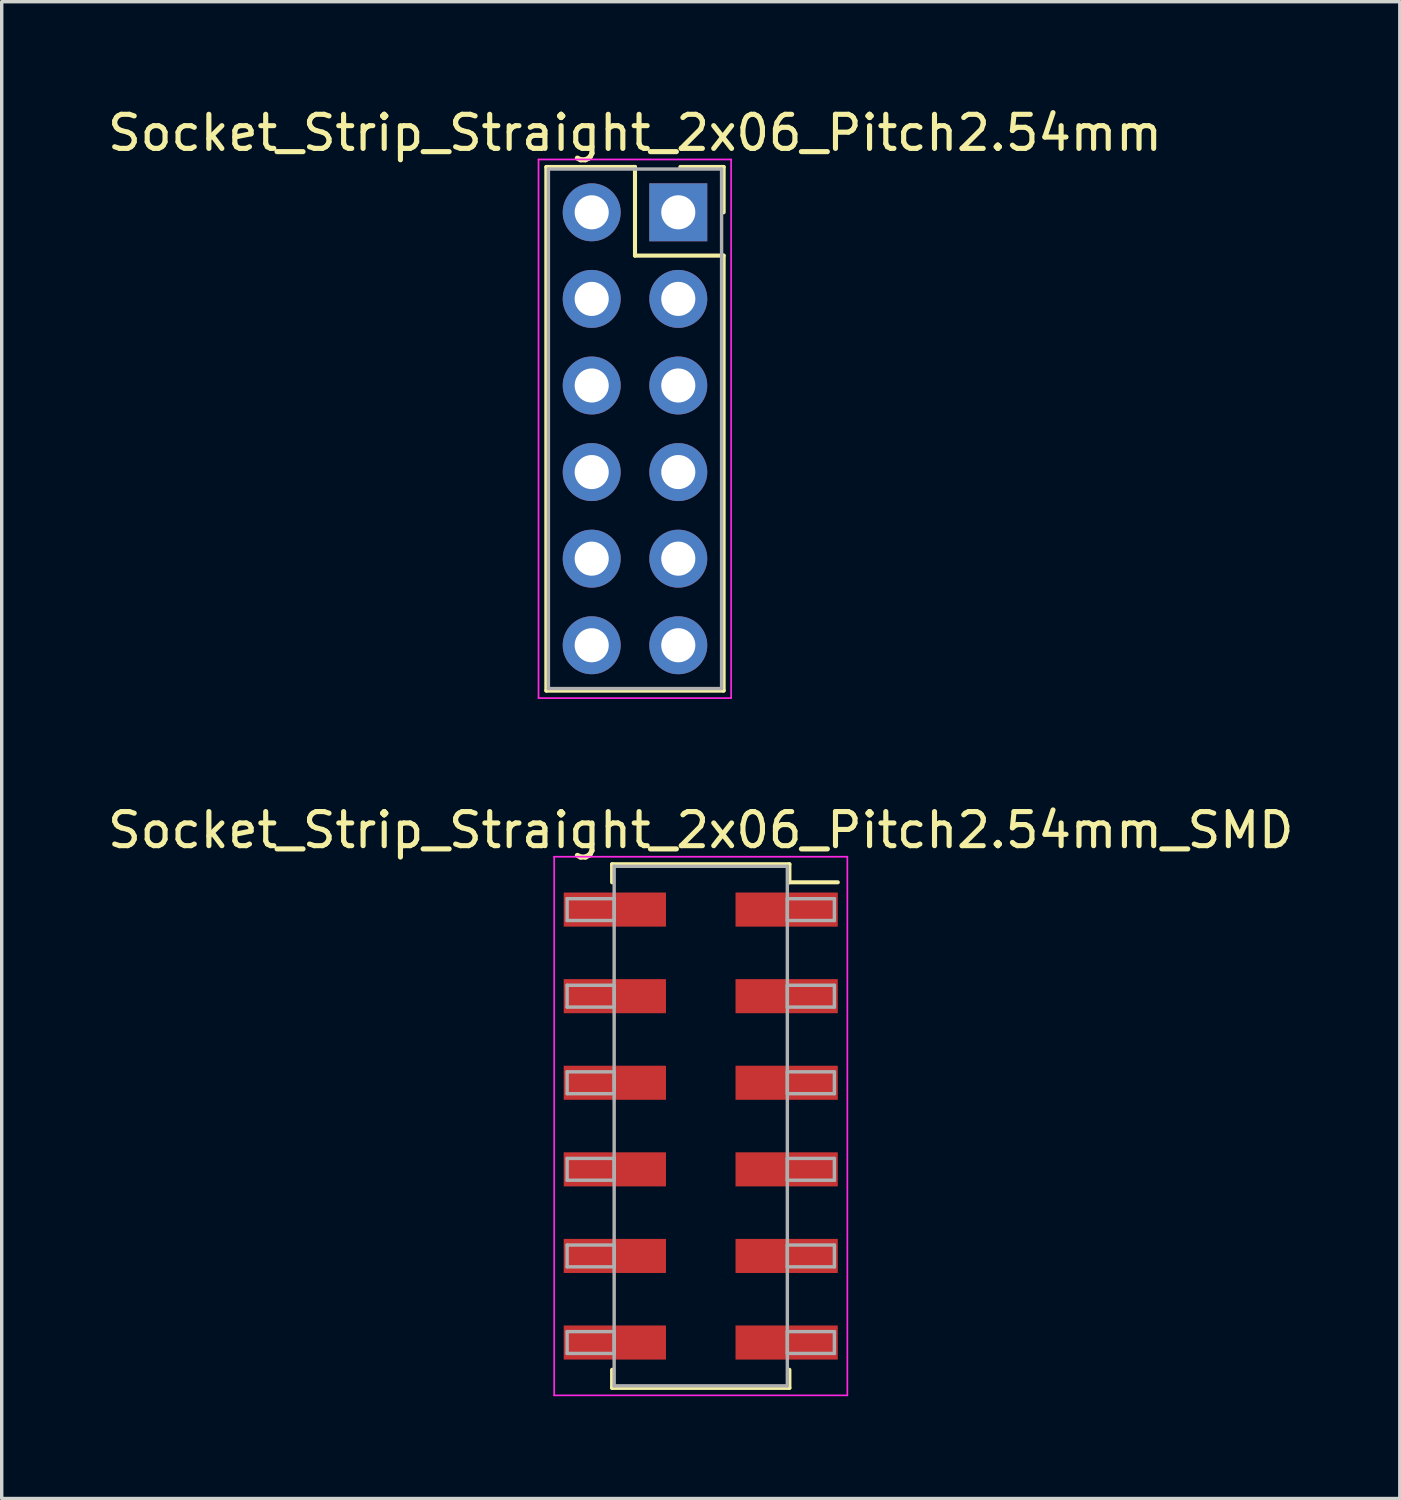
<source format=kicad_pcb>
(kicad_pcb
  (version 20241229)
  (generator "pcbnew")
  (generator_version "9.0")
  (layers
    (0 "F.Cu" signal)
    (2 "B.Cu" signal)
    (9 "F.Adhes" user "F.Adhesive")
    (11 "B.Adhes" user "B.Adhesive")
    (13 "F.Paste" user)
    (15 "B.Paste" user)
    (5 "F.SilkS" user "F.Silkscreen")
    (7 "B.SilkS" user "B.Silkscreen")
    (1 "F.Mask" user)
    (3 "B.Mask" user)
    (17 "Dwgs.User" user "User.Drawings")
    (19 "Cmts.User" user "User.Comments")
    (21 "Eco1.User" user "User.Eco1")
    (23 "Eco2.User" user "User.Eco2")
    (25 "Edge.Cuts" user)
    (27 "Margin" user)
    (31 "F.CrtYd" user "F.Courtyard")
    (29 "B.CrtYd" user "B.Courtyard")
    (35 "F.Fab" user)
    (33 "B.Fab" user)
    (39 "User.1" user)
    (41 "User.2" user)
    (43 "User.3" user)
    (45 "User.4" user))
  (footprint "Socket_Strip_Straight_2x06_Pitch2.54mm_SMD"
    (layer "F.Cu")
    (at 17.506 29.982)
    (property "Reference" "Socket_Strip_Straight_2x06_Pitch2.54mm_SMD" (at 0 -8.68 0) (layer "F.SilkS") (effects (font (size 1 1) (thickness 0.15))))
    (attr smd)
    (fp_line (start -2.6 -7.68) (end 2.6 -7.68) (stroke (width 0.12) (type solid)) (layer "F.SilkS"))
    (fp_line (start -2.6 -7.15) (end -2.6 -7.68) (stroke (width 0.12) (type solid)) (layer "F.SilkS"))
    (fp_line (start -2.6 7.15) (end -2.6 7.68) (stroke (width 0.12) (type solid)) (layer "F.SilkS"))
    (fp_line (start -2.6 7.68) (end 2.6 7.68) (stroke (width 0.12) (type solid)) (layer "F.SilkS"))
    (fp_line (start 2.6 -7.68) (end 2.6 -7.15) (stroke (width 0.12) (type solid)) (layer "F.SilkS"))
    (fp_line (start 2.6 7.68) (end 2.6 7.15) (stroke (width 0.12) (type solid)) (layer "F.SilkS"))
    (fp_line (start 4.02 -7.15) (end 2.6 -7.15) (stroke (width 0.12) (type solid)) (layer "F.SilkS"))
    (fp_line (start -4.3 -7.9) (end -4.3 7.9) (stroke (width 0.05) (type solid)) (layer "F.CrtYd"))
    (fp_line (start -4.3 7.9) (end 4.3 7.9) (stroke (width 0.05) (type solid)) (layer "F.CrtYd"))
    (fp_line (start 4.3 -7.9) (end -4.3 -7.9) (stroke (width 0.05) (type solid)) (layer "F.CrtYd"))
    (fp_line (start 4.3 7.9) (end 4.3 -7.9) (stroke (width 0.05) (type solid)) (layer "F.CrtYd"))
    (fp_line (start -3.92 -6.67) (end -2.54 -6.67) (stroke (width 0.1) (type solid)) (layer "F.Fab"))
    (fp_line (start -3.92 -6.03) (end -3.92 -6.67) (stroke (width 0.1) (type solid)) (layer "F.Fab"))
    (fp_line (start -3.92 -4.13) (end -2.54 -4.13) (stroke (width 0.1) (type solid)) (layer "F.Fab"))
    (fp_line (start -3.92 -3.49) (end -3.92 -4.13) (stroke (width 0.1) (type solid)) (layer "F.Fab"))
    (fp_line (start -3.92 -1.59) (end -2.54 -1.59) (stroke (width 0.1) (type solid)) (layer "F.Fab"))
    (fp_line (start -3.92 -0.95) (end -3.92 -1.59) (stroke (width 0.1) (type solid)) (layer "F.Fab"))
    (fp_line (start -3.92 0.95) (end -2.54 0.95) (stroke (width 0.1) (type solid)) (layer "F.Fab"))
    (fp_line (start -3.92 1.59) (end -3.92 0.95) (stroke (width 0.1) (type solid)) (layer "F.Fab"))
    (fp_line (start -3.92 3.49) (end -2.54 3.49) (stroke (width 0.1) (type solid)) (layer "F.Fab"))
    (fp_line (start -3.92 4.13) (end -3.92 3.49) (stroke (width 0.1) (type solid)) (layer "F.Fab"))
    (fp_line (start -3.92 6.03) (end -2.54 6.03) (stroke (width 0.1) (type solid)) (layer "F.Fab"))
    (fp_line (start -3.92 6.67) (end -3.92 6.03) (stroke (width 0.1) (type solid)) (layer "F.Fab"))
    (fp_line (start -2.54 -7.62) (end -2.54 7.62) (stroke (width 0.1) (type solid)) (layer "F.Fab"))
    (fp_line (start -2.54 -6.67) (end -2.54 -6.03) (stroke (width 0.1) (type solid)) (layer "F.Fab"))
    (fp_line (start -2.54 -6.03) (end -3.92 -6.03) (stroke (width 0.1) (type solid)) (layer "F.Fab"))
    (fp_line (start -2.54 -4.13) (end -2.54 -3.49) (stroke (width 0.1) (type solid)) (layer "F.Fab"))
    (fp_line (start -2.54 -3.49) (end -3.92 -3.49) (stroke (width 0.1) (type solid)) (layer "F.Fab"))
    (fp_line (start -2.54 -1.59) (end -2.54 -0.95) (stroke (width 0.1) (type solid)) (layer "F.Fab"))
    (fp_line (start -2.54 -0.95) (end -3.92 -0.95) (stroke (width 0.1) (type solid)) (layer "F.Fab"))
    (fp_line (start -2.54 0.95) (end -2.54 1.59) (stroke (width 0.1) (type solid)) (layer "F.Fab"))
    (fp_line (start -2.54 1.59) (end -3.92 1.59) (stroke (width 0.1) (type solid)) (layer "F.Fab"))
    (fp_line (start -2.54 3.49) (end -2.54 4.13) (stroke (width 0.1) (type solid)) (layer "F.Fab"))
    (fp_line (start -2.54 4.13) (end -3.92 4.13) (stroke (width 0.1) (type solid)) (layer "F.Fab"))
    (fp_line (start -2.54 6.03) (end -2.54 6.67) (stroke (width 0.1) (type solid)) (layer "F.Fab"))
    (fp_line (start -2.54 6.67) (end -3.92 6.67) (stroke (width 0.1) (type solid)) (layer "F.Fab"))
    (fp_line (start -2.54 7.62) (end 2.54 7.62) (stroke (width 0.1) (type solid)) (layer "F.Fab"))
    (fp_line (start 2.54 -7.62) (end -2.54 -7.62) (stroke (width 0.1) (type solid)) (layer "F.Fab"))
    (fp_line (start 2.54 -6.67) (end 2.54 -6.03) (stroke (width 0.1) (type solid)) (layer "F.Fab"))
    (fp_line (start 2.54 -6.03) (end 3.92 -6.03) (stroke (width 0.1) (type solid)) (layer "F.Fab"))
    (fp_line (start 2.54 -4.13) (end 2.54 -3.49) (stroke (width 0.1) (type solid)) (layer "F.Fab"))
    (fp_line (start 2.54 -3.49) (end 3.92 -3.49) (stroke (width 0.1) (type solid)) (layer "F.Fab"))
    (fp_line (start 2.54 -1.59) (end 2.54 -0.95) (stroke (width 0.1) (type solid)) (layer "F.Fab"))
    (fp_line (start 2.54 -0.95) (end 3.92 -0.95) (stroke (width 0.1) (type solid)) (layer "F.Fab"))
    (fp_line (start 2.54 0.95) (end 2.54 1.59) (stroke (width 0.1) (type solid)) (layer "F.Fab"))
    (fp_line (start 2.54 1.59) (end 3.92 1.59) (stroke (width 0.1) (type solid)) (layer "F.Fab"))
    (fp_line (start 2.54 3.49) (end 2.54 4.13) (stroke (width 0.1) (type solid)) (layer "F.Fab"))
    (fp_line (start 2.54 4.13) (end 3.92 4.13) (stroke (width 0.1) (type solid)) (layer "F.Fab"))
    (fp_line (start 2.54 6.03) (end 2.54 6.67) (stroke (width 0.1) (type solid)) (layer "F.Fab"))
    (fp_line (start 2.54 6.67) (end 3.92 6.67) (stroke (width 0.1) (type solid)) (layer "F.Fab"))
    (fp_line (start 2.54 7.62) (end 2.54 -7.62) (stroke (width 0.1) (type solid)) (layer "F.Fab"))
    (fp_line (start 3.92 -6.67) (end 2.54 -6.67) (stroke (width 0.1) (type solid)) (layer "F.Fab"))
    (fp_line (start 3.92 -6.03) (end 3.92 -6.67) (stroke (width 0.1) (type solid)) (layer "F.Fab"))
    (fp_line (start 3.92 -4.13) (end 2.54 -4.13) (stroke (width 0.1) (type solid)) (layer "F.Fab"))
    (fp_line (start 3.92 -3.49) (end 3.92 -4.13) (stroke (width 0.1) (type solid)) (layer "F.Fab"))
    (fp_line (start 3.92 -1.59) (end 2.54 -1.59) (stroke (width 0.1) (type solid)) (layer "F.Fab"))
    (fp_line (start 3.92 -0.95) (end 3.92 -1.59) (stroke (width 0.1) (type solid)) (layer "F.Fab"))
    (fp_line (start 3.92 0.95) (end 2.54 0.95) (stroke (width 0.1) (type solid)) (layer "F.Fab"))
    (fp_line (start 3.92 1.59) (end 3.92 0.95) (stroke (width 0.1) (type solid)) (layer "F.Fab"))
    (fp_line (start 3.92 3.49) (end 2.54 3.49) (stroke (width 0.1) (type solid)) (layer "F.Fab"))
    (fp_line (start 3.92 4.13) (end 3.92 3.49) (stroke (width 0.1) (type solid)) (layer "F.Fab"))
    (fp_line (start 3.92 6.03) (end 2.54 6.03) (stroke (width 0.1) (type solid)) (layer "F.Fab"))
    (fp_line (start 3.92 6.67) (end 3.92 6.03) (stroke (width 0.1) (type solid)) (layer "F.Fab"))
    (pad "1" smd rect (at 2.52 -6.35) (size 3 1) (layers "F.Cu" "F.Mask"))
    (pad "2" smd rect (at -2.52 -6.35) (size 3 1) (layers "F.Cu" "F.Mask"))
    (pad "3" smd rect (at 2.52 -3.81) (size 3 1) (layers "F.Cu" "F.Mask"))
    (pad "4" smd rect (at -2.52 -3.81) (size 3 1) (layers "F.Cu" "F.Mask"))
    (pad "5" smd rect (at 2.52 -1.27) (size 3 1) (layers "F.Cu" "F.Mask"))
    (pad "6" smd rect (at -2.52 -1.27) (size 3 1) (layers "F.Cu" "F.Mask"))
    (pad "7" smd rect (at 2.52 1.27) (size 3 1) (layers "F.Cu" "F.Mask"))
    (pad "8" smd rect (at -2.52 1.27) (size 3 1) (layers "F.Cu" "F.Mask"))
    (pad "9" smd rect (at 2.52 3.81) (size 3 1) (layers "F.Cu" "F.Mask"))
    (pad "10" smd rect (at -2.52 3.81) (size 3 1) (layers "F.Cu" "F.Mask"))
    (pad "11" smd rect (at 2.52 6.35) (size 3 1) (layers "F.Cu" "F.Mask"))
    (pad "12" smd rect (at -2.52 6.35) (size 3 1) (layers "F.Cu" "F.Mask")))
  (footprint "Socket_Strip_Straight_2x06_Pitch2.54mm"
    (layer "F.Cu")
    (at 16.847 3.178)
    (property "Reference" "Socket_Strip_Straight_2x06_Pitch2.54mm" (at -1.27 -2.33 0) (layer "F.SilkS") (effects (font (size 1 1) (thickness 0.15))))
    (attr through_hole)
    (fp_line (start -3.87 -1.33) (end -1.27 -1.33) (stroke (width 0.12) (type solid)) (layer "F.SilkS"))
    (fp_line (start -3.87 14.03) (end -3.87 -1.33) (stroke (width 0.12) (type solid)) (layer "F.SilkS"))
    (fp_line (start -1.27 -1.33) (end -1.27 1.27) (stroke (width 0.12) (type solid)) (layer "F.SilkS"))
    (fp_line (start -1.27 1.27) (end 1.33 1.27) (stroke (width 0.12) (type solid)) (layer "F.SilkS"))
    (fp_line (start 1.33 -1.33) (end 0.06 -1.33) (stroke (width 0.12) (type solid)) (layer "F.SilkS"))
    (fp_line (start 1.33 0) (end 1.33 -1.33) (stroke (width 0.12) (type solid)) (layer "F.SilkS"))
    (fp_line (start 1.33 1.27) (end 1.33 14.03) (stroke (width 0.12) (type solid)) (layer "F.SilkS"))
    (fp_line (start 1.33 14.03) (end -3.87 14.03) (stroke (width 0.12) (type solid)) (layer "F.SilkS"))
    (fp_line (start -4.1 -1.55) (end -4.1 14.25) (stroke (width 0.05) (type solid)) (layer "F.CrtYd"))
    (fp_line (start -4.1 14.25) (end 1.55 14.25) (stroke (width 0.05) (type solid)) (layer "F.CrtYd"))
    (fp_line (start 1.55 -1.55) (end -4.1 -1.55) (stroke (width 0.05) (type solid)) (layer "F.CrtYd"))
    (fp_line (start 1.55 14.25) (end 1.55 -1.55) (stroke (width 0.05) (type solid)) (layer "F.CrtYd"))
    (fp_line (start -3.81 -1.27) (end -3.81 13.97) (stroke (width 0.1) (type solid)) (layer "F.Fab"))
    (fp_line (start -3.81 13.97) (end 1.27 13.97) (stroke (width 0.1) (type solid)) (layer "F.Fab"))
    (fp_line (start 1.27 -1.27) (end -3.81 -1.27) (stroke (width 0.1) (type solid)) (layer "F.Fab"))
    (fp_line (start 1.27 13.97) (end 1.27 -1.27) (stroke (width 0.1) (type solid)) (layer "F.Fab"))
    (pad "1" thru_hole rect (at 0 0) (size 1.7 1.7) (drill 1) (layers "*.Cu" "*.Mask"))
    (pad "2" thru_hole oval (at -2.54 0) (size 1.7 1.7) (drill 1) (layers "*.Cu" "*.Mask"))
    (pad "3" thru_hole oval (at 0 2.54) (size 1.7 1.7) (drill 1) (layers "*.Cu" "*.Mask"))
    (pad "4" thru_hole oval (at -2.54 2.54) (size 1.7 1.7) (drill 1) (layers "*.Cu" "*.Mask"))
    (pad "5" thru_hole oval (at 0 5.08) (size 1.7 1.7) (drill 1) (layers "*.Cu" "*.Mask"))
    (pad "6" thru_hole oval (at -2.54 5.08) (size 1.7 1.7) (drill 1) (layers "*.Cu" "*.Mask"))
    (pad "7" thru_hole oval (at 0 7.62) (size 1.7 1.7) (drill 1) (layers "*.Cu" "*.Mask"))
    (pad "8" thru_hole oval (at -2.54 7.62) (size 1.7 1.7) (drill 1) (layers "*.Cu" "*.Mask"))
    (pad "9" thru_hole oval (at 0 10.16) (size 1.7 1.7) (drill 1) (layers "*.Cu" "*.Mask"))
    (pad "10" thru_hole oval (at -2.54 10.16) (size 1.7 1.7) (drill 1) (layers "*.Cu" "*.Mask"))
    (pad "11" thru_hole oval (at 0 12.7) (size 1.7 1.7) (drill 1) (layers "*.Cu" "*.Mask"))
    (pad "12" thru_hole oval (at -2.54 12.7) (size 1.7 1.7) (drill 1) (layers "*.Cu" "*.Mask")))
  (gr_rect
    (start -3 -3)
    (end 38.012 40.907)
    (stroke (width 0.1) (type default))
    (fill no)
    (layer "Edge.Cuts")))
</source>
